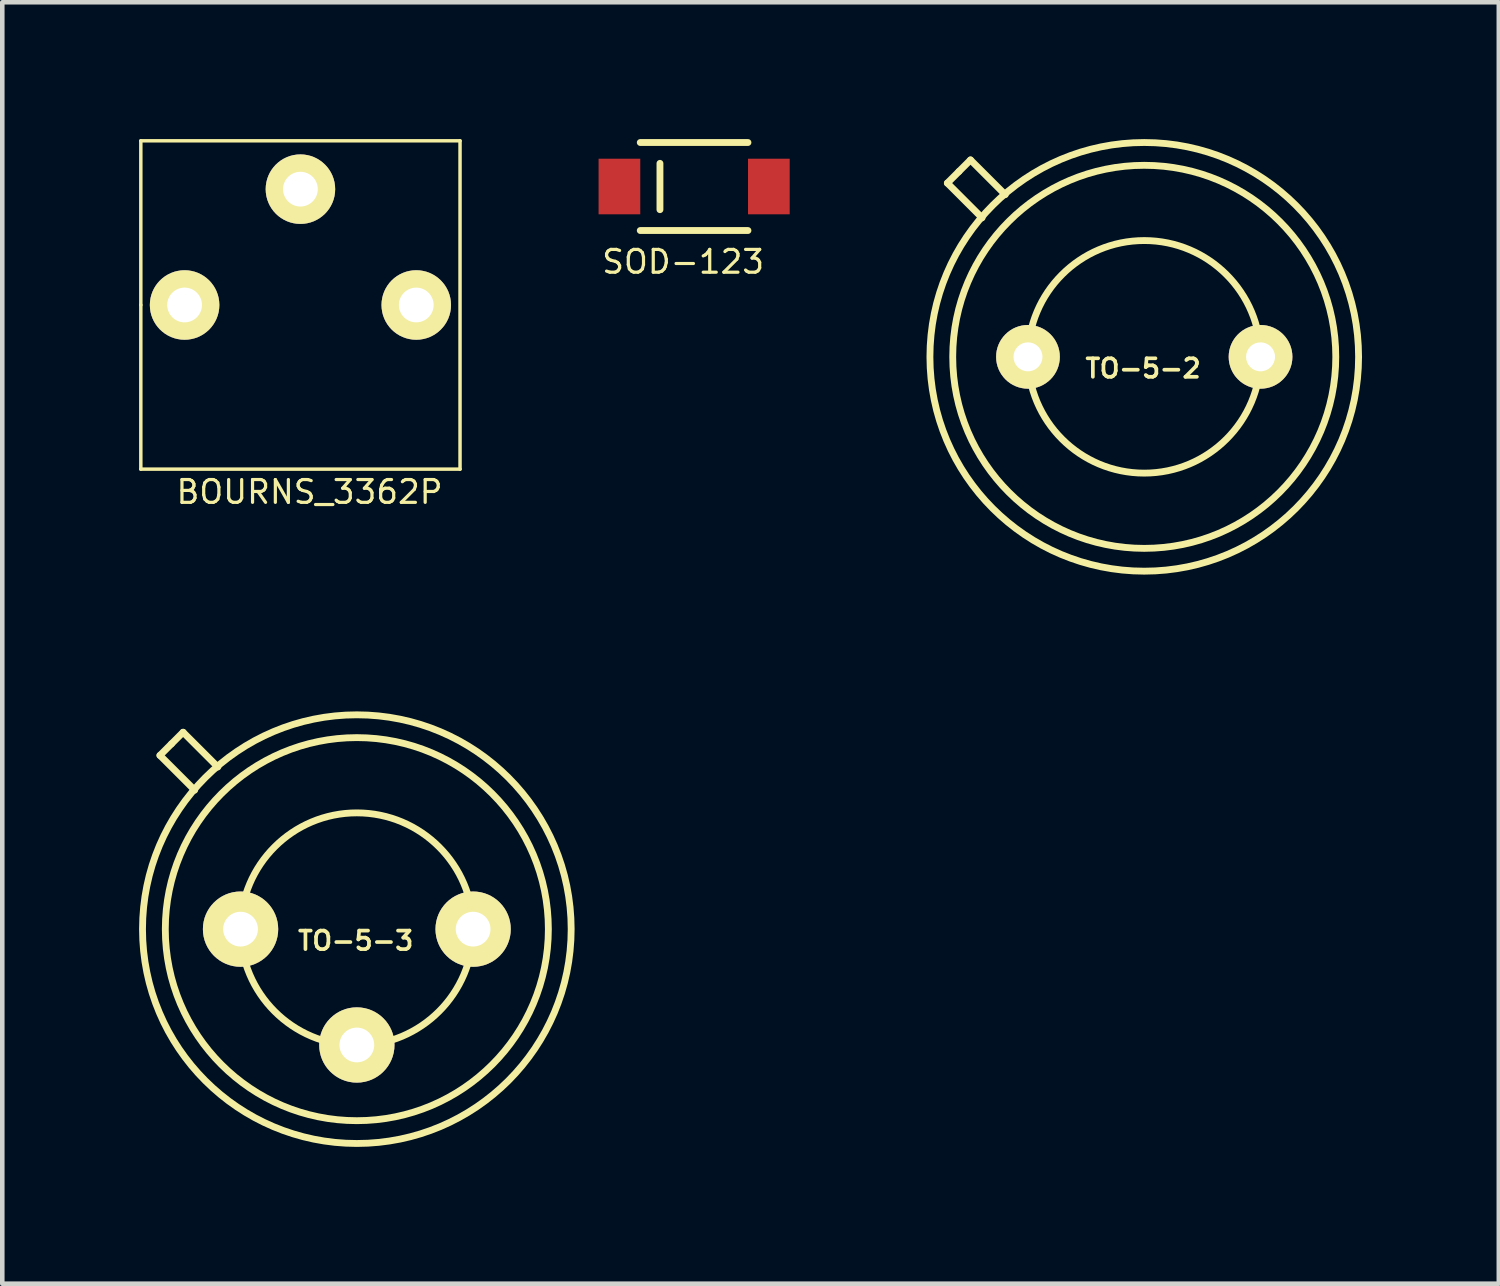
<source format=kicad_pcb>
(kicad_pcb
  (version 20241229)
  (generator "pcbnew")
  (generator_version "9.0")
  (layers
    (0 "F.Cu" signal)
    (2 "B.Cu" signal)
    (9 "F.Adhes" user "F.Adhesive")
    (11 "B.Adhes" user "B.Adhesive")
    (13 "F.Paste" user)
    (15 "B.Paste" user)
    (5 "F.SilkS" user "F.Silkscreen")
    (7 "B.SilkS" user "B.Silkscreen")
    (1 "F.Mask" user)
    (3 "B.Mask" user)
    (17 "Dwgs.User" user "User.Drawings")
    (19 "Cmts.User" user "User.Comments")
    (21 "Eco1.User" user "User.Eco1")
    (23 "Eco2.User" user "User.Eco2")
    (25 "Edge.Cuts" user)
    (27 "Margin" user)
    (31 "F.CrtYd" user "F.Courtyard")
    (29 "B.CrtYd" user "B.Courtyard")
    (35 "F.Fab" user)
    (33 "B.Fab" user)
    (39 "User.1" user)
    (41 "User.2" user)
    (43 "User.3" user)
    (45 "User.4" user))
  (footprint "BOURNS_3362P"
    (layer "F.Cu")
    (at 0.998 3.638)
    (property "Reference" "BOURNS_3362P" (at 2.74 4.1 0) (layer "F.SilkS") (effects (font (size 0.5 0.5) (thickness 0.07))))
    (attr through_hole)
    (fp_line (start -0.96 -3.6) (end -0.96 0) (stroke (width 0.076) (type solid)) (layer "F.SilkS"))
    (fp_line (start -0.96 0) (end -0.96 3.6) (stroke (width 0.076) (type solid)) (layer "F.SilkS"))
    (fp_line (start -0.96 3.6) (end 6.04 3.6) (stroke (width 0.076) (type solid)) (layer "F.SilkS"))
    (fp_line (start 6.04 -3.6) (end -0.96 -3.6) (stroke (width 0.076) (type solid)) (layer "F.SilkS"))
    (fp_line (start 6.04 3.6) (end 6.04 -3.6) (stroke (width 0.076) (type solid)) (layer "F.SilkS"))
    (pad "1" thru_hole circle (at 0 0) (size 1.524 1.524) (drill 0.762) (layers "*.Cu" "*.Mask" "F.SilkS"))
    (pad "2" thru_hole circle (at 2.54 -2.54) (size 1.524 1.524) (drill 0.762) (layers "*.Cu" "*.Mask" "F.SilkS"))
    (pad "3" thru_hole circle (at 5.08 0) (size 1.524 1.524) (drill 0.762) (layers "*.Cu" "*.Mask" "F.SilkS")))
  (footprint "TO-5-3"
    (layer "F.Cu")
    (at 4.775 17.325)
    (property "Reference" "TO-5-3" (at -0.025 0.254 0) (layer "F.SilkS") (effects (font (size 0.406 0.406) (thickness 0.081))))
    (attr through_hole)
    (fp_line (start -4.318 -3.81) (end -3.556 -3.048) (stroke (width 0.15) (type solid)) (layer "F.SilkS"))
    (fp_line (start -4.064 -4.064) (end -4.318 -3.81) (stroke (width 0.15) (type solid)) (layer "F.SilkS"))
    (fp_line (start -4.064 -4.064) (end -3.81 -4.318) (stroke (width 0.15) (type solid)) (layer "F.SilkS"))
    (fp_line (start -3.81 -4.318) (end -3.048 -3.556) (stroke (width 0.15) (type solid)) (layer "F.SilkS"))
    (fp_circle (center 0 0) (end 2.55 0) (stroke (width 0.15) (type solid)) (fill no) (layer "F.SilkS"))
    (fp_circle (center 0 0) (end 4.2 0) (stroke (width 0.15) (type solid)) (fill no) (layer "F.SilkS"))
    (fp_circle (center 0 0) (end 4.7 0) (stroke (width 0.15) (type solid)) (fill no) (layer "F.SilkS"))
    (pad "1" thru_hole circle (at -2.55 0) (size 1.651 1.651) (drill 0.762) (layers "*.Cu" "*.Mask" "F.SilkS"))
    (pad "2" thru_hole circle (at 0 2.54) (size 1.651 1.651) (drill 0.762) (layers "*.Cu" "*.Mask" "F.SilkS"))
    (pad "3" thru_hole circle (at 2.55 0) (size 1.651 1.651) (drill 0.762) (layers "*.Cu" "*.Mask" "F.SilkS")))
  (footprint "TO-5-2"
    (layer "F.Cu")
    (at 22.042 4.775)
    (property "Reference" "TO-5-2" (at -0.025 0.254 0) (layer "F.SilkS") (effects (font (size 0.406 0.406) (thickness 0.081))))
    (attr through_hole)
    (fp_line (start -4.318 -3.81) (end -3.556 -3.048) (stroke (width 0.15) (type solid)) (layer "F.SilkS"))
    (fp_line (start -4.064 -4.064) (end -4.318 -3.81) (stroke (width 0.15) (type solid)) (layer "F.SilkS"))
    (fp_line (start -4.064 -4.064) (end -3.81 -4.318) (stroke (width 0.15) (type solid)) (layer "F.SilkS"))
    (fp_line (start -3.81 -4.318) (end -3.048 -3.556) (stroke (width 0.15) (type solid)) (layer "F.SilkS"))
    (fp_circle (center 0 0) (end 2.55 0) (stroke (width 0.15) (type solid)) (fill no) (layer "F.SilkS"))
    (fp_circle (center 0 0) (end 4.2 0) (stroke (width 0.15) (type solid)) (fill no) (layer "F.SilkS"))
    (fp_circle (center 0 0) (end 4.7 0) (stroke (width 0.15) (type solid)) (fill no) (layer "F.SilkS"))
    (pad "1" thru_hole circle (at -2.55 0) (size 1.397 1.397) (drill 0.635) (layers "*.Cu" "*.Mask" "F.SilkS"))
    (pad "2" thru_hole circle (at 2.55 0) (size 1.397 1.397) (drill 0.635) (layers "*.Cu" "*.Mask" "F.SilkS")))
  (footprint "SOD-123"
    (layer "F.Cu")
    (at 10.533 1.04)
    (property "Reference" "SOD-123" (at 1.397 1.651 0) (layer "F.SilkS") (effects (font (size 0.5 0.5) (thickness 0.07))))
    (attr through_hole)
    (fp_line (start 0.457 -0.965) (end 2.819 -0.965) (stroke (width 0.15) (type solid)) (layer "F.SilkS"))
    (fp_line (start 0.457 0.965) (end 2.819 0.965) (stroke (width 0.15) (type solid)) (layer "F.SilkS"))
    (fp_line (start 0.889 -0.508) (end 0.889 0.508) (stroke (width 0.15) (type solid)) (layer "F.SilkS"))
    (pad "1" smd rect (at 0 0) (size 0.914 1.219) (layers "F.Cu" "F.Mask" "F.Paste"))
    (pad "2" smd rect (at 3.277 0) (size 0.914 1.219) (layers "F.Cu" "F.Mask" "F.Paste")))
  (gr_rect
    (start -3 -3)
    (end 29.817 25.1)
    (stroke (width 0.1) (type default))
    (fill no)
    (layer "Edge.Cuts")))
</source>
